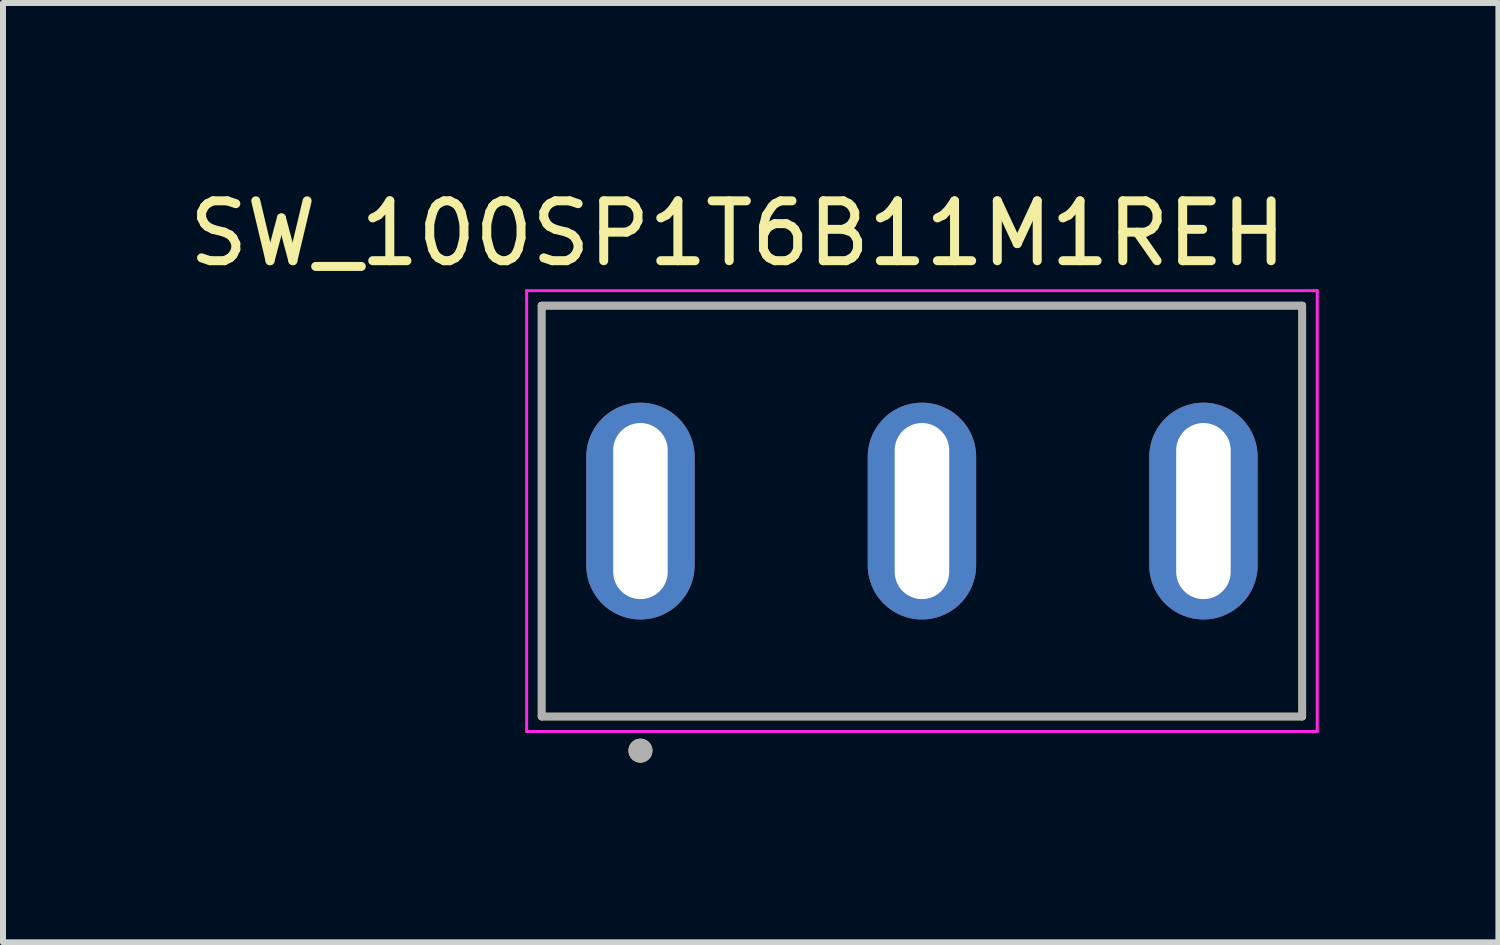
<source format=kicad_pcb>
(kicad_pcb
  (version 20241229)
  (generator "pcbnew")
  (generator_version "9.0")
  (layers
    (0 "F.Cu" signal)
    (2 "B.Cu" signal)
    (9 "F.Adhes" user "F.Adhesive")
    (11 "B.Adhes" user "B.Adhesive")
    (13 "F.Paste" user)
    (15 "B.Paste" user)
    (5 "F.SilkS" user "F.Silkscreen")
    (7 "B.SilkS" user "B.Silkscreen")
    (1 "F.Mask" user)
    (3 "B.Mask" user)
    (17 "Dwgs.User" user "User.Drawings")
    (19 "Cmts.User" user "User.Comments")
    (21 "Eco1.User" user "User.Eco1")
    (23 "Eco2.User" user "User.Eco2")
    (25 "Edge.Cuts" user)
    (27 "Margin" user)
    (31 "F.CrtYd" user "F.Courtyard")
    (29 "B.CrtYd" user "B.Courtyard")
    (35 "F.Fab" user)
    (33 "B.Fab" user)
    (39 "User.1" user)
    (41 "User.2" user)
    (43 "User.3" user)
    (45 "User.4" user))
  (footprint "SW_100SP1T6B11M1REH"
    (layer "F.Cu")
    (at 12.343 5.483)
    (property "Reference" "SW_100SP1T6B11M1REH" (at -3.075 -4.635 0) (layer "F.SilkS") (effects (font (size 1 1) (thickness 0.15))))
    (attr through_hole)
    (fp_line (start -6.35 -3.43) (end 6.35 -3.43) (stroke (width 0.127) (type solid)) (layer "F.SilkS"))
    (fp_line (start -6.35 3.43) (end -6.35 -3.43) (stroke (width 0.127) (type solid)) (layer "F.SilkS"))
    (fp_line (start 6.35 -3.43) (end 6.35 3.43) (stroke (width 0.127) (type solid)) (layer "F.SilkS"))
    (fp_line (start 6.35 3.43) (end -6.35 3.43) (stroke (width 0.127) (type solid)) (layer "F.SilkS"))
    (fp_circle (center -4.7 4) (end -4.6 4) (stroke (width 0.2) (type solid)) (fill no) (layer "F.SilkS"))
    (fp_line (start -6.6 -3.68) (end -6.6 3.68) (stroke (width 0.05) (type solid)) (layer "F.CrtYd"))
    (fp_line (start -6.6 3.68) (end 6.6 3.68) (stroke (width 0.05) (type solid)) (layer "F.CrtYd"))
    (fp_line (start 6.6 -3.68) (end -6.6 -3.68) (stroke (width 0.05) (type solid)) (layer "F.CrtYd"))
    (fp_line (start 6.6 3.68) (end 6.6 -3.68) (stroke (width 0.05) (type solid)) (layer "F.CrtYd"))
    (fp_line (start -6.35 -3.43) (end 6.35 -3.43) (stroke (width 0.127) (type solid)) (layer "F.Fab"))
    (fp_line (start -6.35 3.43) (end -6.35 -3.43) (stroke (width 0.127) (type solid)) (layer "F.Fab"))
    (fp_line (start 6.35 -3.43) (end 6.35 3.43) (stroke (width 0.127) (type solid)) (layer "F.Fab"))
    (fp_line (start 6.35 3.43) (end -6.35 3.43) (stroke (width 0.127) (type solid)) (layer "F.Fab"))
    (fp_circle (center -4.7 4) (end -4.6 4) (stroke (width 0.2) (type solid)) (fill no) (layer "F.Fab"))
    (pad "1" thru_hole oval (at -4.7 0) (size 1.81 3.62) (drill oval 0.91 2.94) (layers "*.Cu" "*.Mask"))
    (pad "2" thru_hole oval (at 0 0) (size 1.81 3.62) (drill oval 0.91 2.94) (layers "*.Cu" "*.Mask"))
    (pad "3" thru_hole oval (at 4.7 0) (size 1.81 3.62) (drill oval 0.91 2.94) (layers "*.Cu" "*.Mask")))
  (gr_rect
    (start -3 -3)
    (end 21.968 12.683)
    (stroke (width 0.1) (type default))
    (fill no)
    (layer "Edge.Cuts")))
</source>
